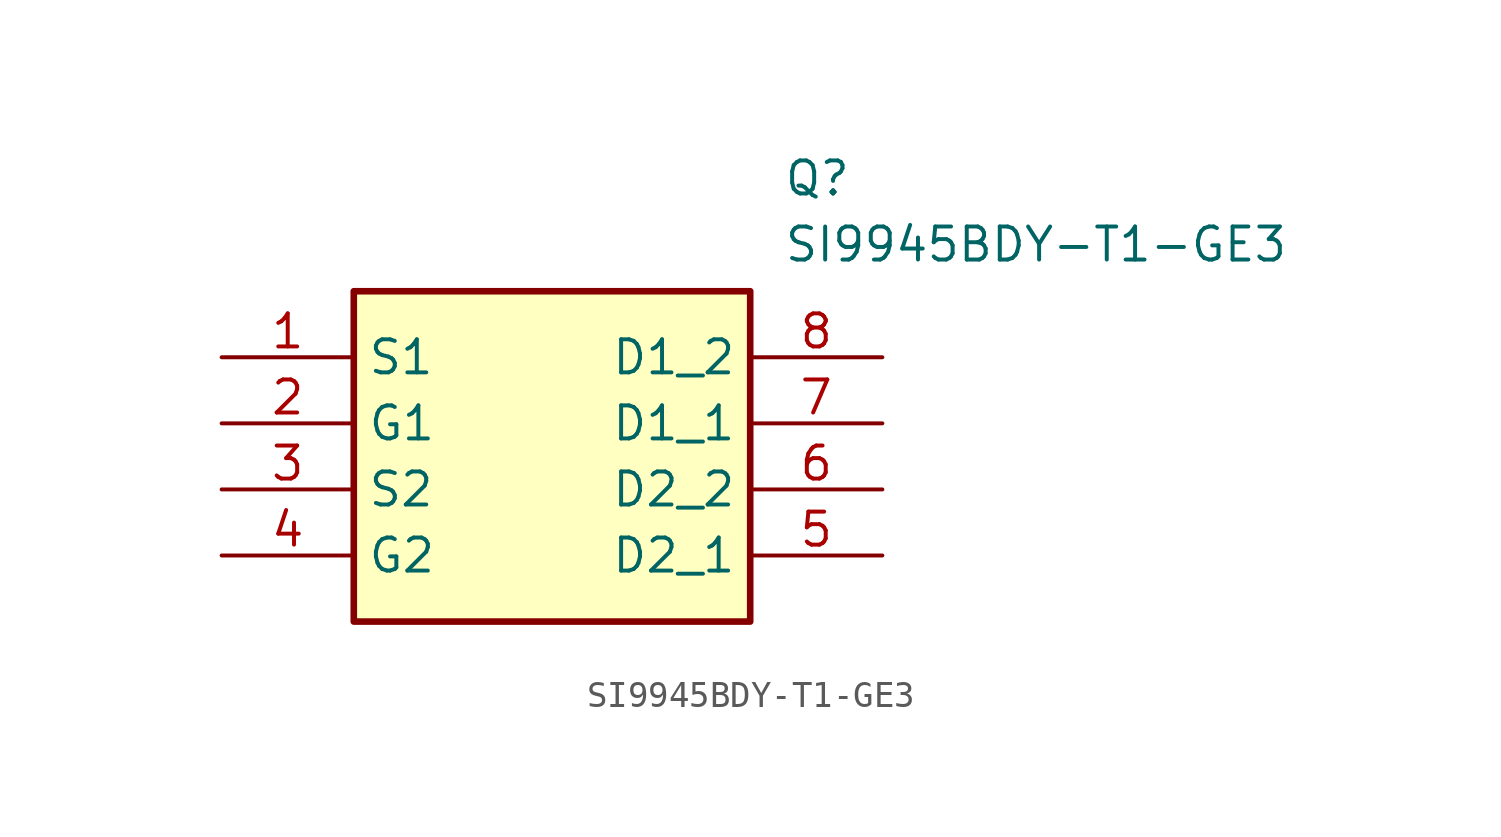
<source format=kicad_sym>
(kicad_symbol_lib
  (version 20231120)
  (generator "kicad_symbol_editor")
  (generator_version "8.0")
  (symbol "SI9945BDY-T1-GE3"
    (property "Reference" "Q"
      (at 21.59 7.62 0)
      (effects (font (size 1.27 1.27)) (justify left top)))
    (property "Value" "SI9945BDY-T1-GE3"
      (at 21.59 5.08 0)
      (effects (font (size 1.27 1.27)) (justify left top)))
    (symbol "SI9945BDY-T1-GE3_1_1"
      (rectangle (start 5.08 2.54) (end 20.32 -10.16) (stroke (width 0.254) (type default)) (fill (type background)))
      (pin passive line (at 0 0 0) (length 5.08) (name "S1" (effects (font (size 1.27 1.27)))) (number "1" (effects (font (size 1.27 1.27)))))
      (pin passive line (at 0 -2.54 0) (length 5.08) (name "G1" (effects (font (size 1.27 1.27)))) (number "2" (effects (font (size 1.27 1.27)))))
      (pin passive line (at 0 -5.08 0) (length 5.08) (name "S2" (effects (font (size 1.27 1.27)))) (number "3" (effects (font (size 1.27 1.27)))))
      (pin passive line (at 0 -7.62 0) (length 5.08) (name "G2" (effects (font (size 1.27 1.27)))) (number "4" (effects (font (size 1.27 1.27)))))
      (pin passive line (at 25.4 -7.62 180) (length 5.08) (name "D2_1" (effects (font (size 1.27 1.27)))) (number "5" (effects (font (size 1.27 1.27)))))
      (pin passive line (at 25.4 -5.08 180) (length 5.08) (name "D2_2" (effects (font (size 1.27 1.27)))) (number "6" (effects (font (size 1.27 1.27)))))
      (pin passive line (at 25.4 -2.54 180) (length 5.08) (name "D1_1" (effects (font (size 1.27 1.27)))) (number "7" (effects (font (size 1.27 1.27)))))
      (pin passive line (at 25.4 0 180) (length 5.08) (name "D1_2" (effects (font (size 1.27 1.27)))) (number "8" (effects (font (size 1.27 1.27))))))))
</source>
